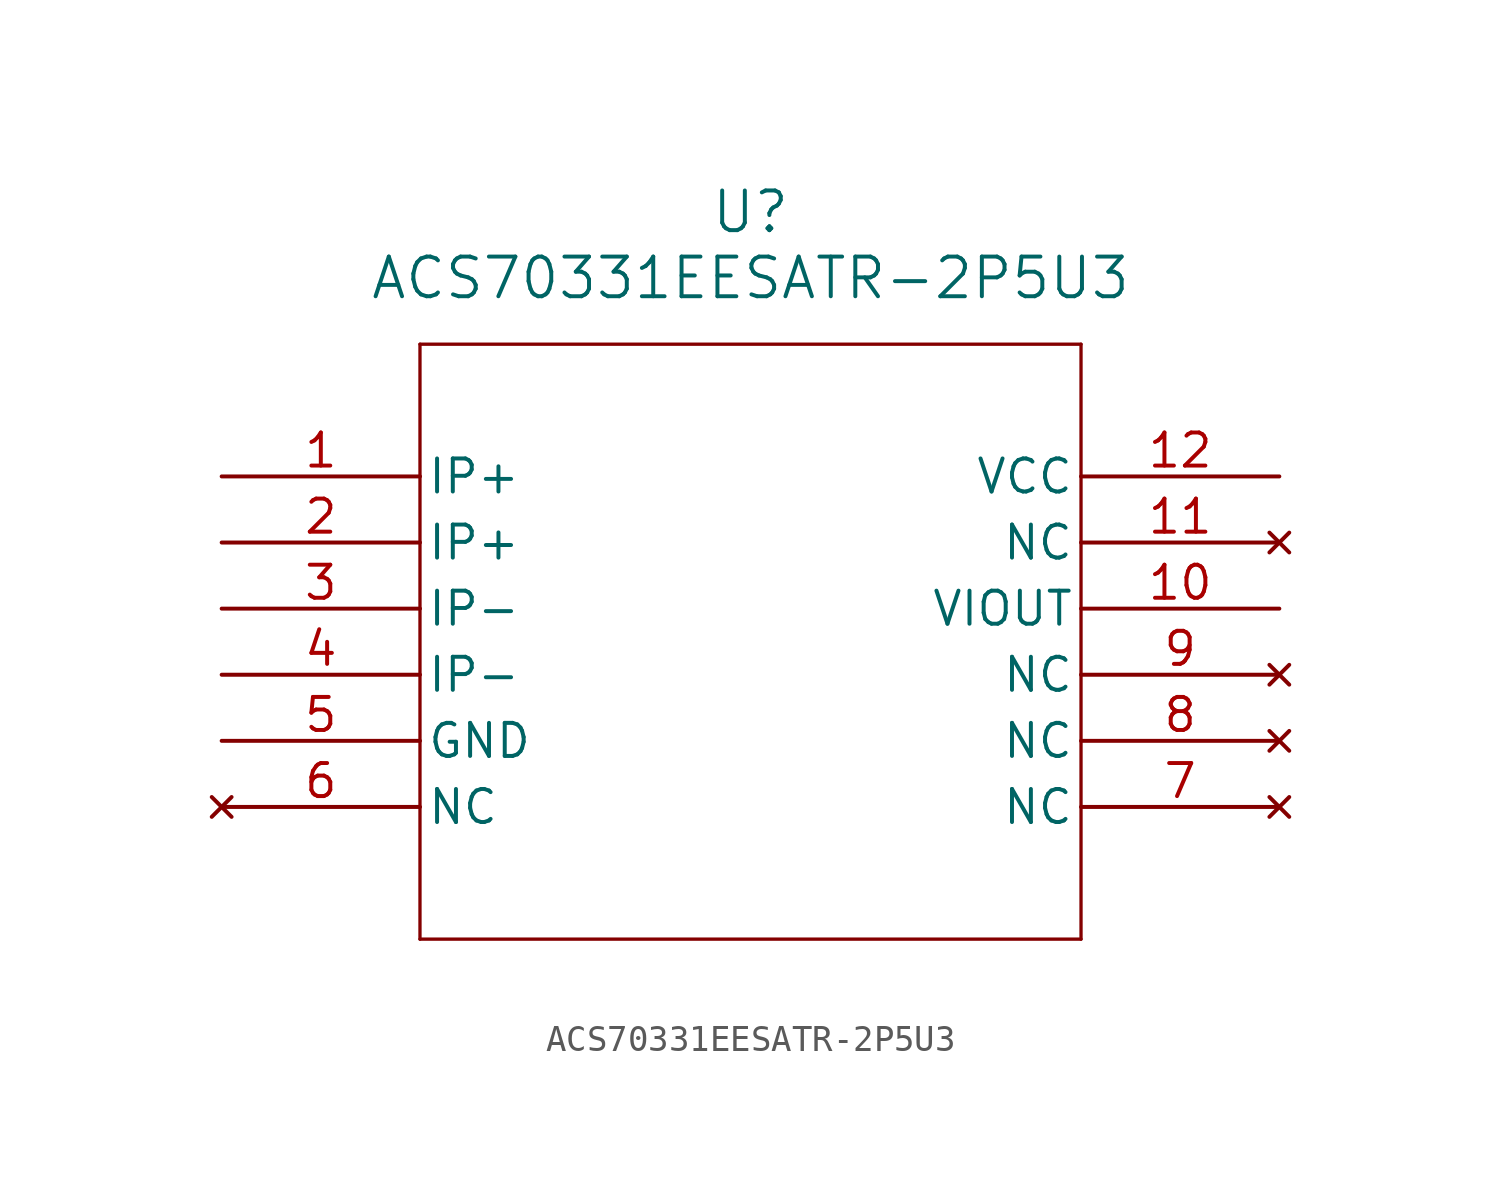
<source format=kicad_sym>
(kicad_symbol_lib
  (version 20211014)
  (generator kicad_symbol_editor)
  (symbol "ACS70331EESATR-2P5U3"
    (pin_names
      (offset 0.254))
    (property "Reference" "U"
      (at 20.32 10.16 0)
      (effects (font (size 1.524 1.524))))
    (property "Value" "ACS70331EESATR-2P5U3"
      (at 20.32 7.62 0)
      (effects (font (size 1.524 1.524))))
    (symbol "ACS70331EESATR-2P5U3_0_1"
      (polyline (pts (xy 7.62 5.08) (xy 7.62 -17.78)) (stroke (width 0.127) (type default) (color 0 0 0 0)) (fill (type none)))
      (polyline (pts (xy 7.62 -17.78) (xy 33.02 -17.78)) (stroke (width 0.127) (type default) (color 0 0 0 0)) (fill (type none)))
      (polyline (pts (xy 33.02 -17.78) (xy 33.02 5.08)) (stroke (width 0.127) (type default) (color 0 0 0 0)) (fill (type none)))
      (polyline (pts (xy 33.02 5.08) (xy 7.62 5.08)) (stroke (width 0.127) (type default) (color 0 0 0 0)) (fill (type none)))
      (pin unspecified line (at 0 0 0) (length 7.62) (name "IP+" (effects (font (size 1.27 1.27)))) (number "1" (effects (font (size 1.27 1.27)))))
      (pin unspecified line (at 0 -2.54 0) (length 7.62) (name "IP+" (effects (font (size 1.27 1.27)))) (number "2" (effects (font (size 1.27 1.27)))))
      (pin bidirectional line (at 0 -5.08 0) (length 7.62) (name "IP-" (effects (font (size 1.27 1.27)))) (number "3" (effects (font (size 1.27 1.27)))))
      (pin bidirectional line (at 0 -7.62 0) (length 7.62) (name "IP-" (effects (font (size 1.27 1.27)))) (number "4" (effects (font (size 1.27 1.27)))))
      (pin power_out line (at 0 -10.16 0) (length 7.62) (name "GND" (effects (font (size 1.27 1.27)))) (number "5" (effects (font (size 1.27 1.27)))))
      (pin no_connect line (at 0 -12.7 0) (length 7.62) (name "NC" (effects (font (size 1.27 1.27)))) (number "6" (effects (font (size 1.27 1.27)))))
      (pin no_connect line (at 40.64 -12.7 180) (length 7.62) (name "NC" (effects (font (size 1.27 1.27)))) (number "7" (effects (font (size 1.27 1.27)))))
      (pin no_connect line (at 40.64 -10.16 180) (length 7.62) (name "NC" (effects (font (size 1.27 1.27)))) (number "8" (effects (font (size 1.27 1.27)))))
      (pin no_connect line (at 40.64 -7.62 180) (length 7.62) (name "NC" (effects (font (size 1.27 1.27)))) (number "9" (effects (font (size 1.27 1.27)))))
      (pin output line (at 40.64 -5.08 180) (length 7.62) (name "VIOUT" (effects (font (size 1.27 1.27)))) (number "10" (effects (font (size 1.27 1.27)))))
      (pin no_connect line (at 40.64 -2.54 180) (length 7.62) (name "NC" (effects (font (size 1.27 1.27)))) (number "11" (effects (font (size 1.27 1.27)))))
      (pin power_in line (at 40.64 0 180) (length 7.62) (name "VCC" (effects (font (size 1.27 1.27)))) (number "12" (effects (font (size 1.27 1.27))))))))
</source>
